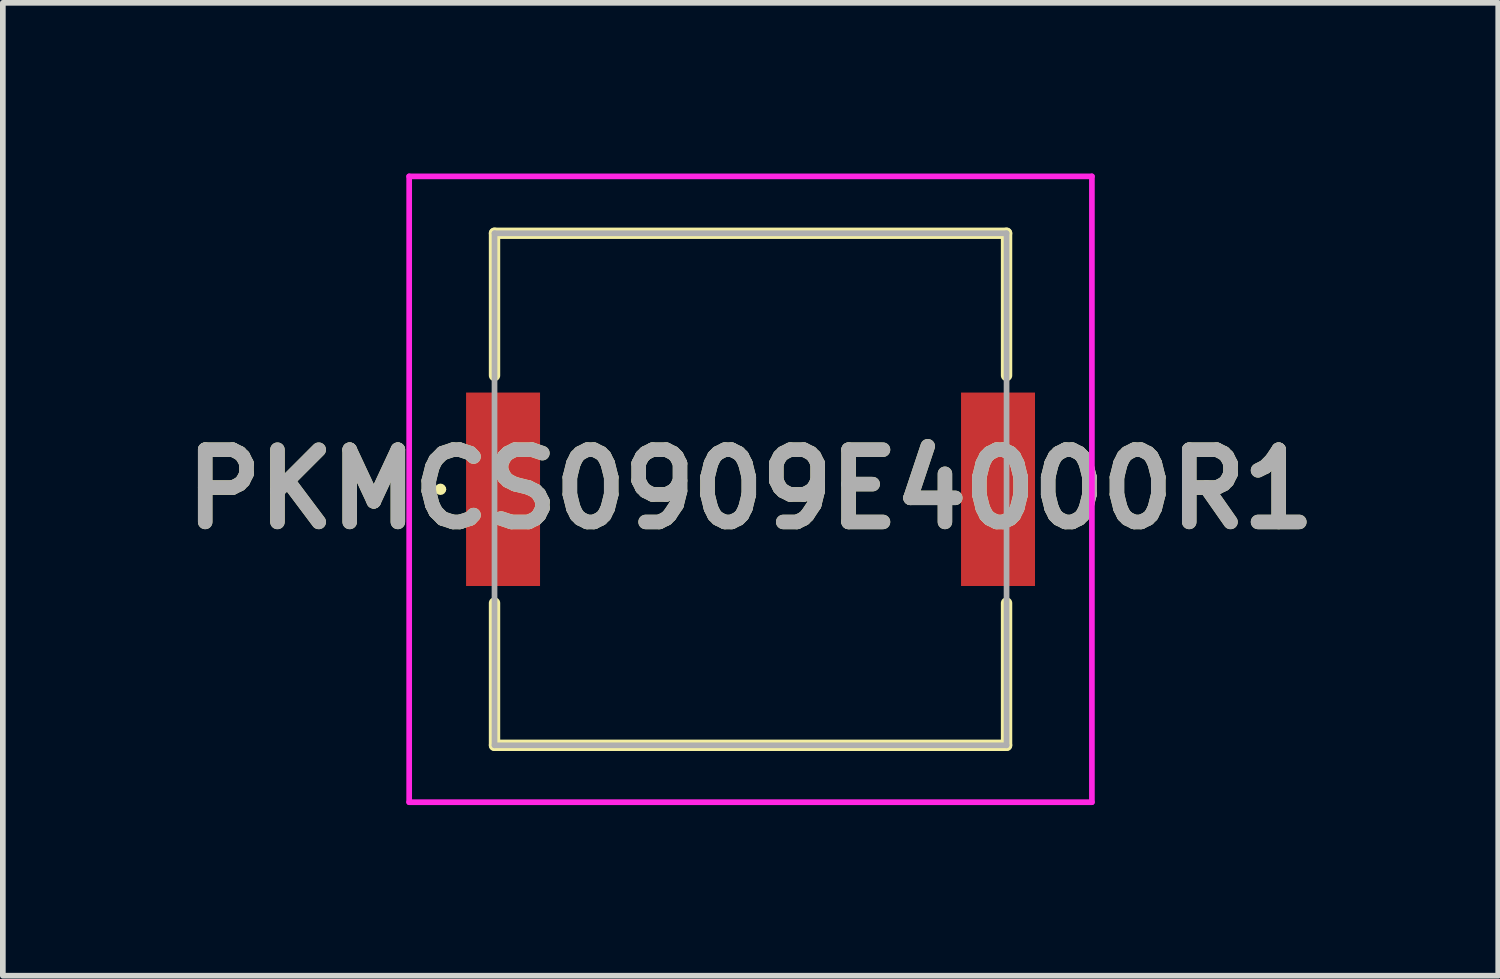
<source format=kicad_pcb>
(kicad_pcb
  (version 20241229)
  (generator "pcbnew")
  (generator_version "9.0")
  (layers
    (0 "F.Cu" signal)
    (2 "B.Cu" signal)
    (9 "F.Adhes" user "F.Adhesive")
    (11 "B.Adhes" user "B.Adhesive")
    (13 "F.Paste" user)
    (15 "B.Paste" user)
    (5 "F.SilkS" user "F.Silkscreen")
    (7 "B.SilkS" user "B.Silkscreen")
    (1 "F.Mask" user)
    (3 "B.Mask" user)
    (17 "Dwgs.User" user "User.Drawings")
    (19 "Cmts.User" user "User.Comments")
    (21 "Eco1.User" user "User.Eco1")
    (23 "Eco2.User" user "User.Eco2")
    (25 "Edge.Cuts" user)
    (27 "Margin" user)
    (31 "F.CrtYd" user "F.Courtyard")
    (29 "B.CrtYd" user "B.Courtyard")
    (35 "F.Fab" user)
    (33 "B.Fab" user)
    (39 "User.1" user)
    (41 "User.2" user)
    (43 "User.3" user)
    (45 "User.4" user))
  (footprint "PKMCS0909E4000R1"
    (layer "F.Cu")
    (at 10.142 5.55)
    (property "Reference" "PKMCS0909E4000R1" (at 0 0 0) (layer "F.SilkS") (effects (font (size 1.27 1.27) (thickness 0.254))))
    (attr smd)
    (fp_line (start -5.5 0) (end -5.5 0) (stroke (width 0.1) (type solid)) (layer "F.SilkS"))
    (fp_line (start -5.4 0) (end -5.4 0) (stroke (width 0.1) (type solid)) (layer "F.SilkS"))
    (fp_line (start -4.5 -4.5) (end 4.5 -4.5) (stroke (width 0.2) (type solid)) (layer "F.SilkS"))
    (fp_line (start -4.5 -2) (end -4.5 -4.5) (stroke (width 0.2) (type solid)) (layer "F.SilkS"))
    (fp_line (start -4.5 4.5) (end -4.5 2) (stroke (width 0.2) (type solid)) (layer "F.SilkS"))
    (fp_line (start 4.5 -4.5) (end 4.5 -2) (stroke (width 0.2) (type solid)) (layer "F.SilkS"))
    (fp_line (start 4.5 2) (end 4.5 4.5) (stroke (width 0.2) (type solid)) (layer "F.SilkS"))
    (fp_line (start 4.5 4.5) (end -4.5 4.5) (stroke (width 0.2) (type solid)) (layer "F.SilkS"))
    (fp_arc (start -5.5 0) (mid -5.45 -0.05) (end -5.4 0) (stroke (width 0.1) (type solid)) (layer "F.SilkS"))
    (fp_arc (start -5.4 0) (mid -5.45 0.05) (end -5.5 0) (stroke (width 0.1) (type solid)) (layer "F.SilkS"))
    (fp_line (start -6 -5.5) (end 6 -5.5) (stroke (width 0.1) (type solid)) (layer "F.CrtYd"))
    (fp_line (start -6 5.5) (end -6 -5.5) (stroke (width 0.1) (type solid)) (layer "F.CrtYd"))
    (fp_line (start 6 -5.5) (end 6 5.5) (stroke (width 0.1) (type solid)) (layer "F.CrtYd"))
    (fp_line (start 6 5.5) (end -6 5.5) (stroke (width 0.1) (type solid)) (layer "F.CrtYd"))
    (fp_line (start -4.5 -4.5) (end -4.5 4.5) (stroke (width 0.1) (type solid)) (layer "F.Fab"))
    (fp_line (start -4.5 4.5) (end 4.5 4.5) (stroke (width 0.1) (type solid)) (layer "F.Fab"))
    (fp_line (start 4.5 -4.5) (end -4.5 -4.5) (stroke (width 0.1) (type solid)) (layer "F.Fab"))
    (fp_line (start 4.5 4.5) (end 4.5 -4.5) (stroke (width 0.1) (type solid)) (layer "F.Fab"))
    (fp_text user "${REFERENCE}" (at 0 0 0) (layer "F.Fab") (effects (font (size 1.27 1.27) (thickness 0.254))))
    (pad "1" smd rect (at -4.35 0) (size 1.3 3.4) (layers "F.Cu" "F.Mask" "F.Paste"))
    (pad "2" smd rect (at 4.35 0) (size 1.3 3.4) (layers "F.Cu" "F.Mask" "F.Paste")))
  (gr_rect
    (start -3 -3)
    (end 23.284 14.1)
    (stroke (width 0.1) (type default))
    (fill no)
    (layer "Edge.Cuts")))
</source>
